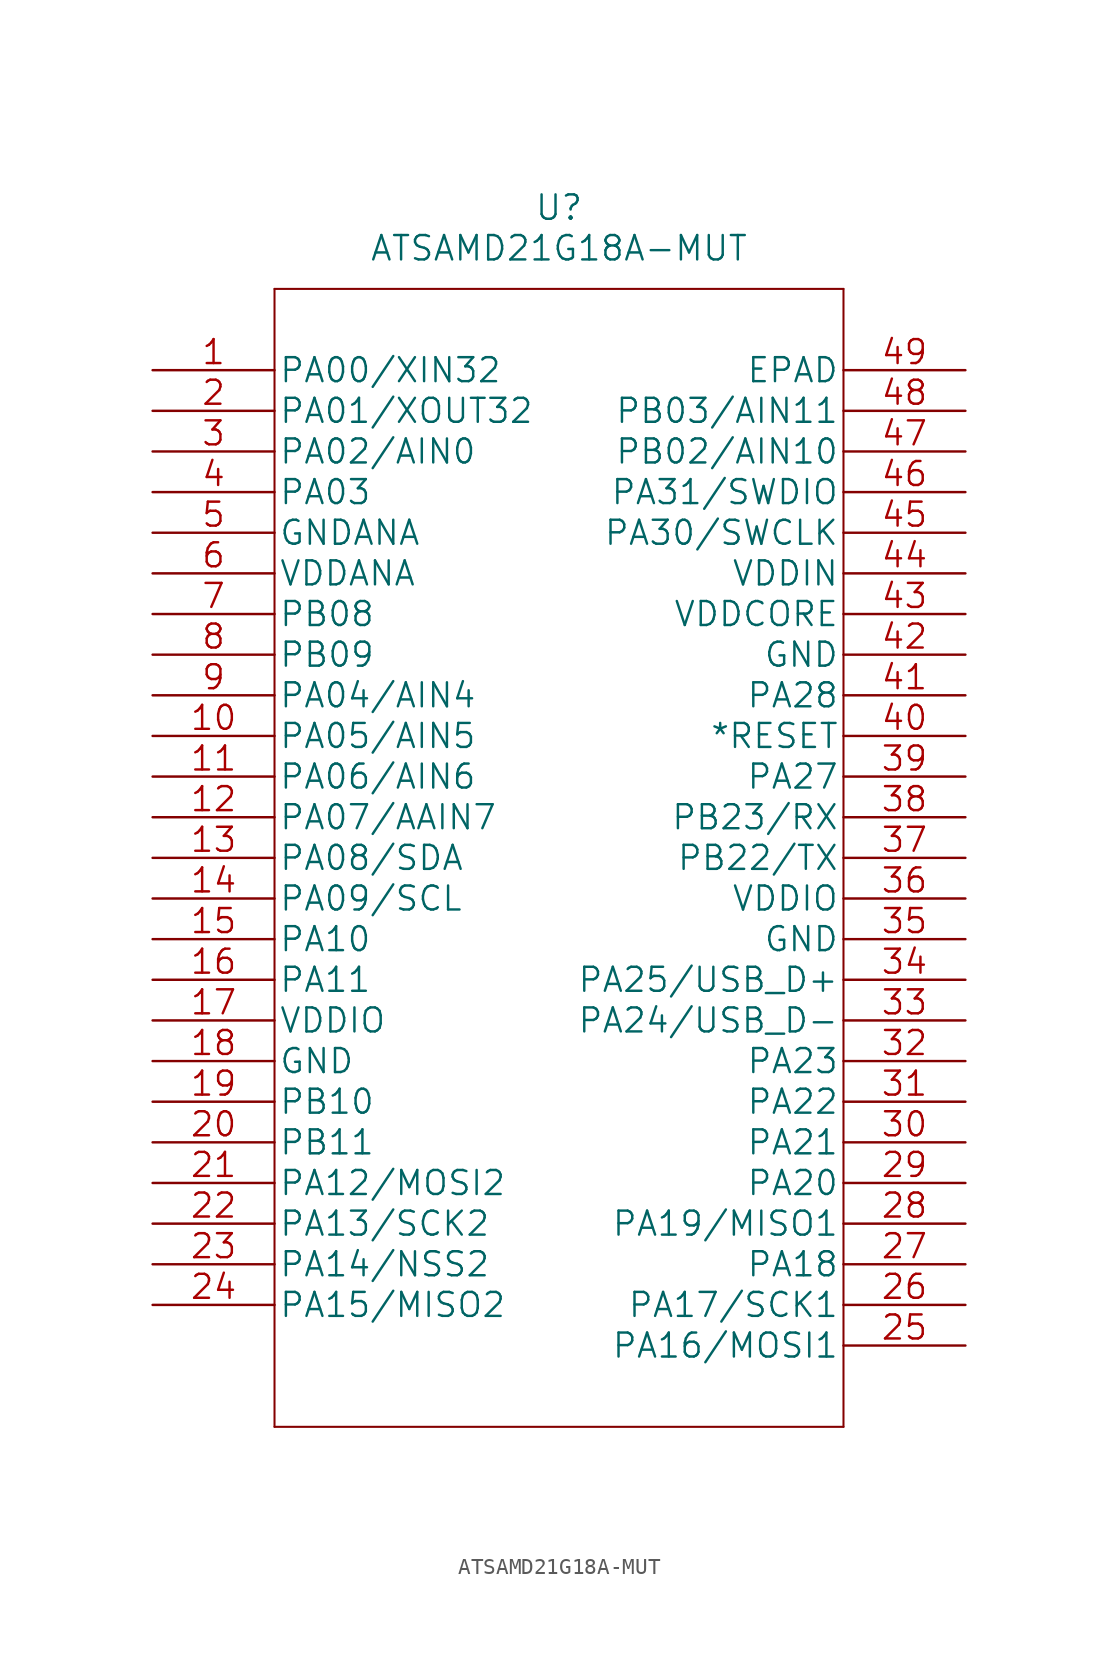
<source format=kicad_sym>
(kicad_symbol_lib
  (version 20220914)
  (generator kicad_symbol_editor)
  (symbol "ATSAMD21G18A-MUT"
    (pin_names
      (offset 0.254))
    (property "Reference" "U"
      (at 0 36.83 0)
      (effects (font (size 1.524 1.524))))
    (property "Value" "ATSAMD21G18A-MUT"
      (at 0 34.29 0)
      (effects (font (size 1.524 1.524))))
    (symbol "ATSAMD21G18A-MUT_1_1"
      (polyline (pts (xy -17.78 -39.37) (xy 17.78 -39.37)) (stroke (width 0.127) (type solid)) (fill (type none)))
      (polyline (pts (xy -17.78 31.75) (xy -17.78 -39.37)) (stroke (width 0.127) (type solid)) (fill (type none)))
      (polyline (pts (xy 17.78 -39.37) (xy 17.78 31.75)) (stroke (width 0.127) (type solid)) (fill (type none)))
      (polyline (pts (xy 17.78 31.75) (xy -17.78 31.75)) (stroke (width 0.127) (type solid)) (fill (type none)))
      (pin passive line (at -25.4 26.67 0) (length 7.62) (name "PA00/XIN32" (effects (font (size 1.499 1.499)))) (number "1" (effects (font (size 1.499 1.499)))))
      (pin passive line (at -25.4 3.81 0) (length 7.62) (name "PA05/AIN5" (effects (font (size 1.499 1.499)))) (number "10" (effects (font (size 1.499 1.499)))))
      (pin passive line (at -25.4 1.27 0) (length 7.62) (name "PA06/AIN6" (effects (font (size 1.499 1.499)))) (number "11" (effects (font (size 1.499 1.499)))))
      (pin passive line (at -25.4 -1.27 0) (length 7.62) (name "PA07/AAIN7" (effects (font (size 1.499 1.499)))) (number "12" (effects (font (size 1.499 1.499)))))
      (pin passive line (at -25.4 -3.81 0) (length 7.62) (name "PA08/SDA" (effects (font (size 1.499 1.499)))) (number "13" (effects (font (size 1.499 1.499)))))
      (pin passive line (at -25.4 -6.35 0) (length 7.62) (name "PA09/SCL" (effects (font (size 1.499 1.499)))) (number "14" (effects (font (size 1.499 1.499)))))
      (pin passive line (at -25.4 -8.89 0) (length 7.62) (name "PA10" (effects (font (size 1.499 1.499)))) (number "15" (effects (font (size 1.499 1.499)))))
      (pin passive line (at -25.4 -11.43 0) (length 7.62) (name "PA11" (effects (font (size 1.499 1.499)))) (number "16" (effects (font (size 1.499 1.499)))))
      (pin passive line (at -25.4 -13.97 0) (length 7.62) (name "VDDIO" (effects (font (size 1.499 1.499)))) (number "17" (effects (font (size 1.499 1.499)))))
      (pin passive line (at -25.4 -16.51 0) (length 7.62) (name "GND" (effects (font (size 1.499 1.499)))) (number "18" (effects (font (size 1.499 1.499)))))
      (pin passive line (at -25.4 -19.05 0) (length 7.62) (name "PB10" (effects (font (size 1.499 1.499)))) (number "19" (effects (font (size 1.499 1.499)))))
      (pin passive line (at -25.4 24.13 0) (length 7.62) (name "PA01/XOUT32" (effects (font (size 1.499 1.499)))) (number "2" (effects (font (size 1.499 1.499)))))
      (pin passive line (at -25.4 -21.59 0) (length 7.62) (name "PB11" (effects (font (size 1.499 1.499)))) (number "20" (effects (font (size 1.499 1.499)))))
      (pin passive line (at -25.4 -24.13 0) (length 7.62) (name "PA12/MOSI2" (effects (font (size 1.499 1.499)))) (number "21" (effects (font (size 1.499 1.499)))))
      (pin passive line (at -25.4 -26.67 0) (length 7.62) (name "PA13/SCK2" (effects (font (size 1.499 1.499)))) (number "22" (effects (font (size 1.499 1.499)))))
      (pin passive line (at -25.4 -29.21 0) (length 7.62) (name "PA14/NSS2" (effects (font (size 1.499 1.499)))) (number "23" (effects (font (size 1.499 1.499)))))
      (pin passive line (at -25.4 -31.75 0) (length 7.62) (name "PA15/MISO2" (effects (font (size 1.499 1.499)))) (number "24" (effects (font (size 1.499 1.499)))))
      (pin passive line (at 25.4 -34.29 180) (length 7.62) (name "PA16/MOSI1" (effects (font (size 1.499 1.499)))) (number "25" (effects (font (size 1.499 1.499)))))
      (pin passive line (at 25.4 -31.75 180) (length 7.62) (name "PA17/SCK1" (effects (font (size 1.499 1.499)))) (number "26" (effects (font (size 1.499 1.499)))))
      (pin passive line (at 25.4 -29.21 180) (length 7.62) (name "PA18" (effects (font (size 1.499 1.499)))) (number "27" (effects (font (size 1.499 1.499)))))
      (pin passive line (at 25.4 -26.67 180) (length 7.62) (name "PA19/MISO1" (effects (font (size 1.499 1.499)))) (number "28" (effects (font (size 1.499 1.499)))))
      (pin passive line (at 25.4 -24.13 180) (length 7.62) (name "PA20" (effects (font (size 1.499 1.499)))) (number "29" (effects (font (size 1.499 1.499)))))
      (pin passive line (at -25.4 21.59 0) (length 7.62) (name "PA02/AIN0" (effects (font (size 1.499 1.499)))) (number "3" (effects (font (size 1.499 1.499)))))
      (pin passive line (at 25.4 -21.59 180) (length 7.62) (name "PA21" (effects (font (size 1.499 1.499)))) (number "30" (effects (font (size 1.499 1.499)))))
      (pin passive line (at 25.4 -19.05 180) (length 7.62) (name "PA22" (effects (font (size 1.499 1.499)))) (number "31" (effects (font (size 1.499 1.499)))))
      (pin passive line (at 25.4 -16.51 180) (length 7.62) (name "PA23" (effects (font (size 1.499 1.499)))) (number "32" (effects (font (size 1.499 1.499)))))
      (pin passive line (at 25.4 -13.97 180) (length 7.62) (name "PA24/USB_D-" (effects (font (size 1.499 1.499)))) (number "33" (effects (font (size 1.499 1.499)))))
      (pin passive line (at 25.4 -11.43 180) (length 7.62) (name "PA25/USB_D+" (effects (font (size 1.499 1.499)))) (number "34" (effects (font (size 1.499 1.499)))))
      (pin passive line (at 25.4 -8.89 180) (length 7.62) (name "GND" (effects (font (size 1.499 1.499)))) (number "35" (effects (font (size 1.499 1.499)))))
      (pin passive line (at 25.4 -6.35 180) (length 7.62) (name "VDDIO" (effects (font (size 1.499 1.499)))) (number "36" (effects (font (size 1.499 1.499)))))
      (pin passive line (at 25.4 -3.81 180) (length 7.62) (name "PB22/TX" (effects (font (size 1.499 1.499)))) (number "37" (effects (font (size 1.499 1.499)))))
      (pin passive line (at 25.4 -1.27 180) (length 7.62) (name "PB23/RX" (effects (font (size 1.499 1.499)))) (number "38" (effects (font (size 1.499 1.499)))))
      (pin passive line (at 25.4 1.27 180) (length 7.62) (name "PA27" (effects (font (size 1.499 1.499)))) (number "39" (effects (font (size 1.499 1.499)))))
      (pin passive line (at -25.4 19.05 0) (length 7.62) (name "PA03" (effects (font (size 1.499 1.499)))) (number "4" (effects (font (size 1.499 1.499)))))
      (pin passive line (at 25.4 3.81 180) (length 7.62) (name "*RESET" (effects (font (size 1.499 1.499)))) (number "40" (effects (font (size 1.499 1.499)))))
      (pin passive line (at 25.4 6.35 180) (length 7.62) (name "PA28" (effects (font (size 1.499 1.499)))) (number "41" (effects (font (size 1.499 1.499)))))
      (pin passive line (at 25.4 8.89 180) (length 7.62) (name "GND" (effects (font (size 1.499 1.499)))) (number "42" (effects (font (size 1.499 1.499)))))
      (pin passive line (at 25.4 11.43 180) (length 7.62) (name "VDDCORE" (effects (font (size 1.499 1.499)))) (number "43" (effects (font (size 1.499 1.499)))))
      (pin passive line (at 25.4 13.97 180) (length 7.62) (name "VDDIN" (effects (font (size 1.499 1.499)))) (number "44" (effects (font (size 1.499 1.499)))))
      (pin passive line (at 25.4 16.51 180) (length 7.62) (name "PA30/SWCLK" (effects (font (size 1.499 1.499)))) (number "45" (effects (font (size 1.499 1.499)))))
      (pin passive line (at 25.4 19.05 180) (length 7.62) (name "PA31/SWDIO" (effects (font (size 1.499 1.499)))) (number "46" (effects (font (size 1.499 1.499)))))
      (pin passive line (at 25.4 21.59 180) (length 7.62) (name "PB02/AIN10" (effects (font (size 1.499 1.499)))) (number "47" (effects (font (size 1.499 1.499)))))
      (pin passive line (at 25.4 24.13 180) (length 7.62) (name "PB03/AIN11" (effects (font (size 1.499 1.499)))) (number "48" (effects (font (size 1.499 1.499)))))
      (pin passive line (at 25.4 26.67 180) (length 7.62) (name "EPAD" (effects (font (size 1.499 1.499)))) (number "49" (effects (font (size 1.499 1.499)))))
      (pin passive line (at -25.4 16.51 0) (length 7.62) (name "GNDANA" (effects (font (size 1.499 1.499)))) (number "5" (effects (font (size 1.499 1.499)))))
      (pin passive line (at -25.4 13.97 0) (length 7.62) (name "VDDANA" (effects (font (size 1.499 1.499)))) (number "6" (effects (font (size 1.499 1.499)))))
      (pin passive line (at -25.4 11.43 0) (length 7.62) (name "PB08" (effects (font (size 1.499 1.499)))) (number "7" (effects (font (size 1.499 1.499)))))
      (pin passive line (at -25.4 8.89 0) (length 7.62) (name "PB09" (effects (font (size 1.499 1.499)))) (number "8" (effects (font (size 1.499 1.499)))))
      (pin passive line (at -25.4 6.35 0) (length 7.62) (name "PA04/AIN4" (effects (font (size 1.499 1.499)))) (number "9" (effects (font (size 1.499 1.499))))))))
</source>
